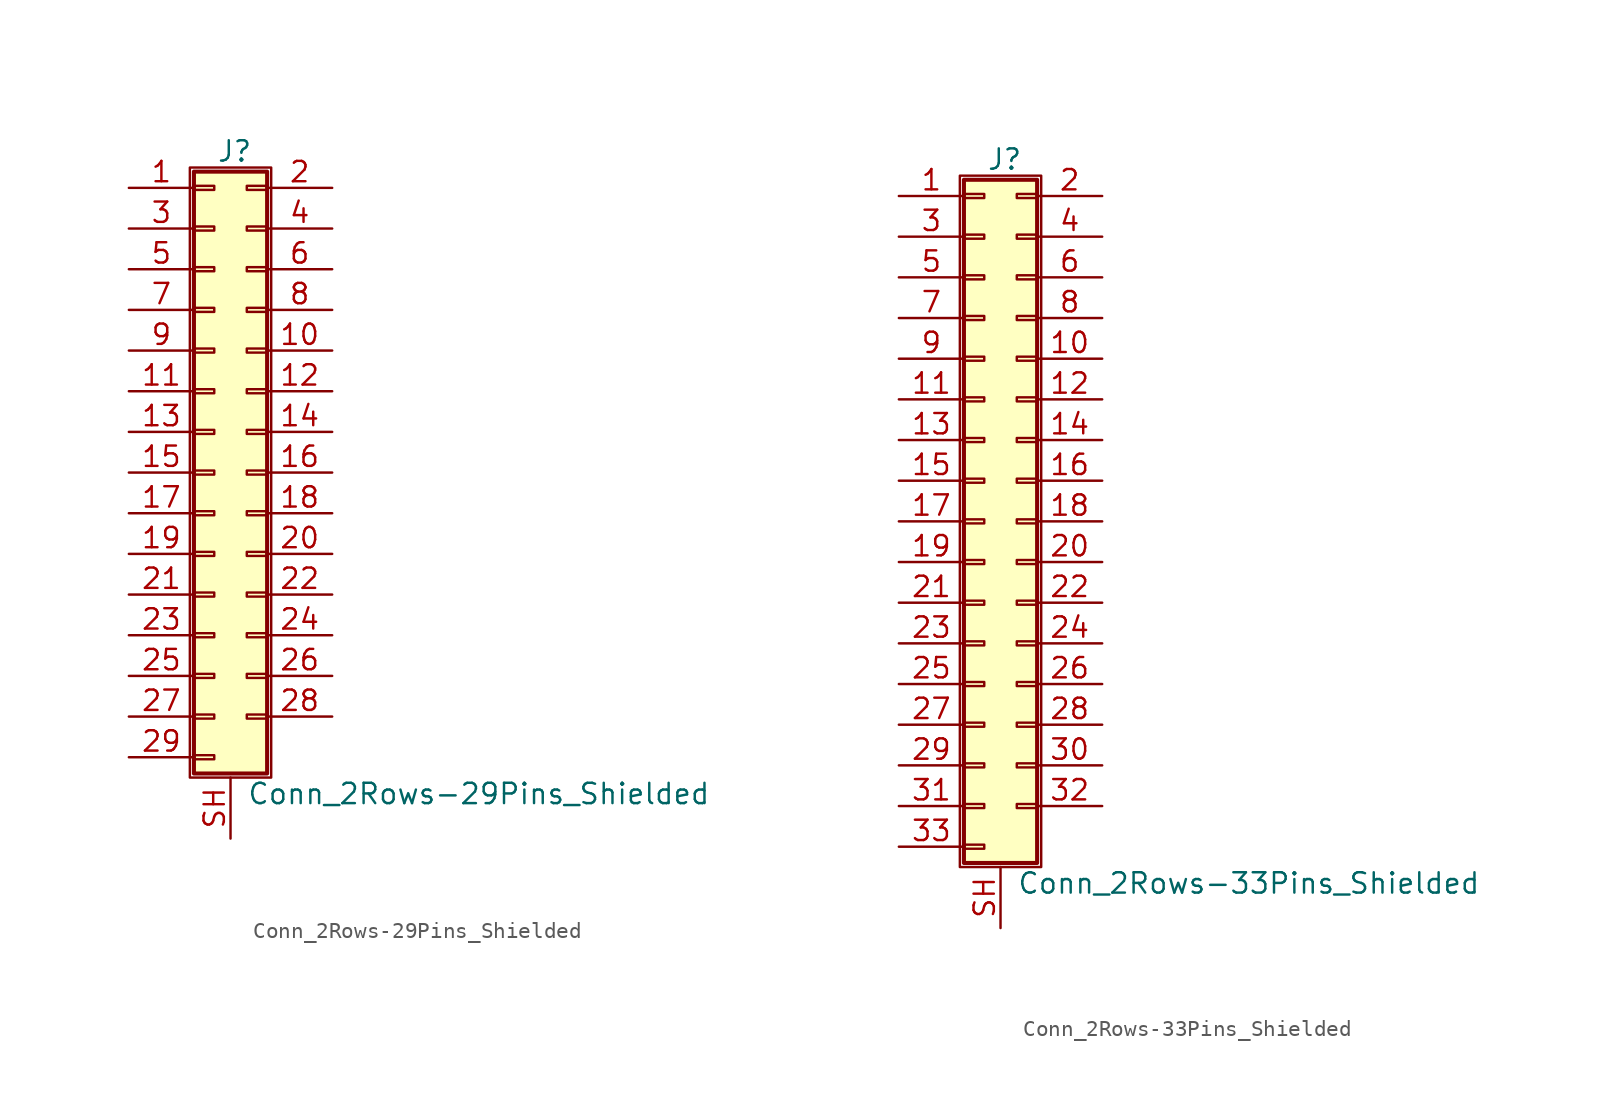
<source format=kicad_sym>
(kicad_symbol_lib
  (version 20220914)
  (generator kicad_symbol_editor)
  (symbol "Conn_2Rows-29Pins_Shielded"
    (pin_names
      (offset 1.016) hide)
    (property "Reference" "J"
      (at 1.524 20.066 0)
      (effects (font (size 1.27 1.27))))
    (property "Value" "Conn_2Rows-29Pins_Shielded"
      (at 2.286 -20.066 0)
      (effects (font (size 1.27 1.27)) (justify left)))
    (symbol "Conn_2Rows-29Pins_Shielded_1_1"
      (rectangle (start -1.27 19.05) (end 3.81 -19.05) (stroke (width 0.152) (type default)) (fill (type none)))
      (rectangle (start -1.016 -17.653) (end 0.254 -17.907) (stroke (width 0.152) (type default)) (fill (type none)))
      (rectangle (start -1.016 -15.113) (end 0.254 -15.367) (stroke (width 0.152) (type default)) (fill (type none)))
      (rectangle (start -1.016 -12.573) (end 0.254 -12.827) (stroke (width 0.152) (type default)) (fill (type none)))
      (rectangle (start -1.016 -10.033) (end 0.254 -10.287) (stroke (width 0.152) (type default)) (fill (type none)))
      (rectangle (start -1.016 -7.493) (end 0.254 -7.747) (stroke (width 0.152) (type default)) (fill (type none)))
      (rectangle (start -1.016 -4.953) (end 0.254 -5.207) (stroke (width 0.152) (type default)) (fill (type none)))
      (rectangle (start -1.016 -2.413) (end 0.254 -2.667) (stroke (width 0.152) (type default)) (fill (type none)))
      (rectangle (start -1.016 0.127) (end 0.254 -0.127) (stroke (width 0.152) (type default)) (fill (type none)))
      (rectangle (start -1.016 2.667) (end 0.254 2.413) (stroke (width 0.152) (type default)) (fill (type none)))
      (rectangle (start -1.016 5.207) (end 0.254 4.953) (stroke (width 0.152) (type default)) (fill (type none)))
      (rectangle (start -1.016 7.747) (end 0.254 7.493) (stroke (width 0.152) (type default)) (fill (type none)))
      (rectangle (start -1.016 10.287) (end 0.254 10.033) (stroke (width 0.152) (type default)) (fill (type none)))
      (rectangle (start -1.016 12.827) (end 0.254 12.573) (stroke (width 0.152) (type default)) (fill (type none)))
      (rectangle (start -1.016 15.367) (end 0.254 15.113) (stroke (width 0.152) (type default)) (fill (type none)))
      (rectangle (start -1.016 17.907) (end 0.254 17.653) (stroke (width 0.152) (type default)) (fill (type none)))
      (rectangle (start -1.016 18.796) (end 3.556 -18.796) (stroke (width 0.254) (type default)) (fill (type background)))
      (rectangle (start 3.556 -15.113) (end 2.286 -15.367) (stroke (width 0.152) (type default)) (fill (type none)))
      (rectangle (start 3.556 -12.573) (end 2.286 -12.827) (stroke (width 0.152) (type default)) (fill (type none)))
      (rectangle (start 3.556 -10.033) (end 2.286 -10.287) (stroke (width 0.152) (type default)) (fill (type none)))
      (rectangle (start 3.556 -7.493) (end 2.286 -7.747) (stroke (width 0.152) (type default)) (fill (type none)))
      (rectangle (start 3.556 -4.953) (end 2.286 -5.207) (stroke (width 0.152) (type default)) (fill (type none)))
      (rectangle (start 3.556 -2.413) (end 2.286 -2.667) (stroke (width 0.152) (type default)) (fill (type none)))
      (rectangle (start 3.556 0.127) (end 2.286 -0.127) (stroke (width 0.152) (type default)) (fill (type none)))
      (rectangle (start 3.556 2.667) (end 2.286 2.413) (stroke (width 0.152) (type default)) (fill (type none)))
      (rectangle (start 3.556 5.207) (end 2.286 4.953) (stroke (width 0.152) (type default)) (fill (type none)))
      (rectangle (start 3.556 7.747) (end 2.286 7.493) (stroke (width 0.152) (type default)) (fill (type none)))
      (rectangle (start 3.556 10.287) (end 2.286 10.033) (stroke (width 0.152) (type default)) (fill (type none)))
      (rectangle (start 3.556 12.827) (end 2.286 12.573) (stroke (width 0.152) (type default)) (fill (type none)))
      (rectangle (start 3.556 15.367) (end 2.286 15.113) (stroke (width 0.152) (type default)) (fill (type none)))
      (rectangle (start 3.556 17.907) (end 2.286 17.653) (stroke (width 0.152) (type default)) (fill (type none)))
      (pin passive line (at -5.08 17.78 0) (length 4.064) (name "Pin_1" (effects (font (size 1.27 1.27)))) (number "1" (effects (font (size 1.27 1.27)))))
      (pin passive line (at 7.62 7.62 180) (length 4.064) (name "Pin_10" (effects (font (size 1.27 1.27)))) (number "10" (effects (font (size 1.27 1.27)))))
      (pin passive line (at -5.08 5.08 0) (length 4.064) (name "Pin_11" (effects (font (size 1.27 1.27)))) (number "11" (effects (font (size 1.27 1.27)))))
      (pin passive line (at 7.62 5.08 180) (length 4.064) (name "Pin_12" (effects (font (size 1.27 1.27)))) (number "12" (effects (font (size 1.27 1.27)))))
      (pin passive line (at -5.08 2.54 0) (length 4.064) (name "Pin_13" (effects (font (size 1.27 1.27)))) (number "13" (effects (font (size 1.27 1.27)))))
      (pin passive line (at 7.62 2.54 180) (length 4.064) (name "Pin_14" (effects (font (size 1.27 1.27)))) (number "14" (effects (font (size 1.27 1.27)))))
      (pin passive line (at -5.08 0 0) (length 4.064) (name "Pin_15" (effects (font (size 1.27 1.27)))) (number "15" (effects (font (size 1.27 1.27)))))
      (pin passive line (at 7.62 0 180) (length 4.064) (name "Pin_16" (effects (font (size 1.27 1.27)))) (number "16" (effects (font (size 1.27 1.27)))))
      (pin passive line (at -5.08 -2.54 0) (length 4.064) (name "Pin_17" (effects (font (size 1.27 1.27)))) (number "17" (effects (font (size 1.27 1.27)))))
      (pin passive line (at 7.62 -2.54 180) (length 4.064) (name "Pin_18" (effects (font (size 1.27 1.27)))) (number "18" (effects (font (size 1.27 1.27)))))
      (pin passive line (at -5.08 -5.08 0) (length 4.064) (name "Pin_19" (effects (font (size 1.27 1.27)))) (number "19" (effects (font (size 1.27 1.27)))))
      (pin passive line (at 7.62 17.78 180) (length 4.064) (name "Pin_2" (effects (font (size 1.27 1.27)))) (number "2" (effects (font (size 1.27 1.27)))))
      (pin passive line (at 7.62 -5.08 180) (length 4.064) (name "Pin_20" (effects (font (size 1.27 1.27)))) (number "20" (effects (font (size 1.27 1.27)))))
      (pin passive line (at -5.08 -7.62 0) (length 4.064) (name "Pin_21" (effects (font (size 1.27 1.27)))) (number "21" (effects (font (size 1.27 1.27)))))
      (pin passive line (at 7.62 -7.62 180) (length 4.064) (name "Pin_22" (effects (font (size 1.27 1.27)))) (number "22" (effects (font (size 1.27 1.27)))))
      (pin passive line (at -5.08 -10.16 0) (length 4.064) (name "Pin_23" (effects (font (size 1.27 1.27)))) (number "23" (effects (font (size 1.27 1.27)))))
      (pin passive line (at 7.62 -10.16 180) (length 4.064) (name "Pin_24" (effects (font (size 1.27 1.27)))) (number "24" (effects (font (size 1.27 1.27)))))
      (pin passive line (at -5.08 -12.7 0) (length 4.064) (name "Pin_25" (effects (font (size 1.27 1.27)))) (number "25" (effects (font (size 1.27 1.27)))))
      (pin passive line (at 7.62 -12.7 180) (length 4.064) (name "Pin_26" (effects (font (size 1.27 1.27)))) (number "26" (effects (font (size 1.27 1.27)))))
      (pin passive line (at -5.08 -15.24 0) (length 4.064) (name "Pin_27" (effects (font (size 1.27 1.27)))) (number "27" (effects (font (size 1.27 1.27)))))
      (pin passive line (at 7.62 -15.24 180) (length 4.064) (name "Pin_28" (effects (font (size 1.27 1.27)))) (number "28" (effects (font (size 1.27 1.27)))))
      (pin passive line (at -5.08 -17.78 0) (length 4.064) (name "Pin_29" (effects (font (size 1.27 1.27)))) (number "29" (effects (font (size 1.27 1.27)))))
      (pin passive line (at -5.08 15.24 0) (length 4.064) (name "Pin_3" (effects (font (size 1.27 1.27)))) (number "3" (effects (font (size 1.27 1.27)))))
      (pin passive line (at 7.62 15.24 180) (length 4.064) (name "Pin_4" (effects (font (size 1.27 1.27)))) (number "4" (effects (font (size 1.27 1.27)))))
      (pin passive line (at -5.08 12.7 0) (length 4.064) (name "Pin_5" (effects (font (size 1.27 1.27)))) (number "5" (effects (font (size 1.27 1.27)))))
      (pin passive line (at 7.62 12.7 180) (length 4.064) (name "Pin_6" (effects (font (size 1.27 1.27)))) (number "6" (effects (font (size 1.27 1.27)))))
      (pin passive line (at -5.08 10.16 0) (length 4.064) (name "Pin_7" (effects (font (size 1.27 1.27)))) (number "7" (effects (font (size 1.27 1.27)))))
      (pin passive line (at 7.62 10.16 180) (length 4.064) (name "Pin_8" (effects (font (size 1.27 1.27)))) (number "8" (effects (font (size 1.27 1.27)))))
      (pin passive line (at -5.08 7.62 0) (length 4.064) (name "Pin_9" (effects (font (size 1.27 1.27)))) (number "9" (effects (font (size 1.27 1.27)))))
      (pin passive line (at 1.27 -22.86 90) (length 3.81) (name "Shield" (effects (font (size 1.27 1.27)))) (number "SH" (effects (font (size 1.27 1.27)))))))
  (symbol "Conn_2Rows-33Pins_Shielded"
    (pin_names
      (offset 1.016) hide)
    (property "Reference" "J"
      (at 1.524 22.606 0)
      (effects (font (size 1.27 1.27))))
    (property "Value" "Conn_2Rows-33Pins_Shielded"
      (at 2.286 -22.606 0)
      (effects (font (size 1.27 1.27)) (justify left)))
    (symbol "Conn_2Rows-33Pins_Shielded_1_1"
      (rectangle (start -1.27 21.59) (end 3.81 -21.59) (stroke (width 0.152) (type default)) (fill (type none)))
      (rectangle (start -1.016 -20.193) (end 0.254 -20.447) (stroke (width 0.152) (type default)) (fill (type none)))
      (rectangle (start -1.016 -17.653) (end 0.254 -17.907) (stroke (width 0.152) (type default)) (fill (type none)))
      (rectangle (start -1.016 -15.113) (end 0.254 -15.367) (stroke (width 0.152) (type default)) (fill (type none)))
      (rectangle (start -1.016 -12.573) (end 0.254 -12.827) (stroke (width 0.152) (type default)) (fill (type none)))
      (rectangle (start -1.016 -10.033) (end 0.254 -10.287) (stroke (width 0.152) (type default)) (fill (type none)))
      (rectangle (start -1.016 -7.493) (end 0.254 -7.747) (stroke (width 0.152) (type default)) (fill (type none)))
      (rectangle (start -1.016 -4.953) (end 0.254 -5.207) (stroke (width 0.152) (type default)) (fill (type none)))
      (rectangle (start -1.016 -2.413) (end 0.254 -2.667) (stroke (width 0.152) (type default)) (fill (type none)))
      (rectangle (start -1.016 0.127) (end 0.254 -0.127) (stroke (width 0.152) (type default)) (fill (type none)))
      (rectangle (start -1.016 2.667) (end 0.254 2.413) (stroke (width 0.152) (type default)) (fill (type none)))
      (rectangle (start -1.016 5.207) (end 0.254 4.953) (stroke (width 0.152) (type default)) (fill (type none)))
      (rectangle (start -1.016 7.747) (end 0.254 7.493) (stroke (width 0.152) (type default)) (fill (type none)))
      (rectangle (start -1.016 10.287) (end 0.254 10.033) (stroke (width 0.152) (type default)) (fill (type none)))
      (rectangle (start -1.016 12.827) (end 0.254 12.573) (stroke (width 0.152) (type default)) (fill (type none)))
      (rectangle (start -1.016 15.367) (end 0.254 15.113) (stroke (width 0.152) (type default)) (fill (type none)))
      (rectangle (start -1.016 17.907) (end 0.254 17.653) (stroke (width 0.152) (type default)) (fill (type none)))
      (rectangle (start -1.016 20.447) (end 0.254 20.193) (stroke (width 0.152) (type default)) (fill (type none)))
      (rectangle (start -1.016 21.336) (end 3.556 -21.336) (stroke (width 0.254) (type default)) (fill (type background)))
      (rectangle (start 3.556 -17.653) (end 2.286 -17.907) (stroke (width 0.152) (type default)) (fill (type none)))
      (rectangle (start 3.556 -15.113) (end 2.286 -15.367) (stroke (width 0.152) (type default)) (fill (type none)))
      (rectangle (start 3.556 -12.573) (end 2.286 -12.827) (stroke (width 0.152) (type default)) (fill (type none)))
      (rectangle (start 3.556 -10.033) (end 2.286 -10.287) (stroke (width 0.152) (type default)) (fill (type none)))
      (rectangle (start 3.556 -7.493) (end 2.286 -7.747) (stroke (width 0.152) (type default)) (fill (type none)))
      (rectangle (start 3.556 -4.953) (end 2.286 -5.207) (stroke (width 0.152) (type default)) (fill (type none)))
      (rectangle (start 3.556 -2.413) (end 2.286 -2.667) (stroke (width 0.152) (type default)) (fill (type none)))
      (rectangle (start 3.556 0.127) (end 2.286 -0.127) (stroke (width 0.152) (type default)) (fill (type none)))
      (rectangle (start 3.556 2.667) (end 2.286 2.413) (stroke (width 0.152) (type default)) (fill (type none)))
      (rectangle (start 3.556 5.207) (end 2.286 4.953) (stroke (width 0.152) (type default)) (fill (type none)))
      (rectangle (start 3.556 7.747) (end 2.286 7.493) (stroke (width 0.152) (type default)) (fill (type none)))
      (rectangle (start 3.556 10.287) (end 2.286 10.033) (stroke (width 0.152) (type default)) (fill (type none)))
      (rectangle (start 3.556 12.827) (end 2.286 12.573) (stroke (width 0.152) (type default)) (fill (type none)))
      (rectangle (start 3.556 15.367) (end 2.286 15.113) (stroke (width 0.152) (type default)) (fill (type none)))
      (rectangle (start 3.556 17.907) (end 2.286 17.653) (stroke (width 0.152) (type default)) (fill (type none)))
      (rectangle (start 3.556 20.447) (end 2.286 20.193) (stroke (width 0.152) (type default)) (fill (type none)))
      (pin passive line (at -5.08 20.32 0) (length 4.064) (name "Pin_1" (effects (font (size 1.27 1.27)))) (number "1" (effects (font (size 1.27 1.27)))))
      (pin passive line (at 7.62 10.16 180) (length 4.064) (name "Pin_10" (effects (font (size 1.27 1.27)))) (number "10" (effects (font (size 1.27 1.27)))))
      (pin passive line (at -5.08 7.62 0) (length 4.064) (name "Pin_11" (effects (font (size 1.27 1.27)))) (number "11" (effects (font (size 1.27 1.27)))))
      (pin passive line (at 7.62 7.62 180) (length 4.064) (name "Pin_12" (effects (font (size 1.27 1.27)))) (number "12" (effects (font (size 1.27 1.27)))))
      (pin passive line (at -5.08 5.08 0) (length 4.064) (name "Pin_13" (effects (font (size 1.27 1.27)))) (number "13" (effects (font (size 1.27 1.27)))))
      (pin passive line (at 7.62 5.08 180) (length 4.064) (name "Pin_14" (effects (font (size 1.27 1.27)))) (number "14" (effects (font (size 1.27 1.27)))))
      (pin passive line (at -5.08 2.54 0) (length 4.064) (name "Pin_15" (effects (font (size 1.27 1.27)))) (number "15" (effects (font (size 1.27 1.27)))))
      (pin passive line (at 7.62 2.54 180) (length 4.064) (name "Pin_16" (effects (font (size 1.27 1.27)))) (number "16" (effects (font (size 1.27 1.27)))))
      (pin passive line (at -5.08 0 0) (length 4.064) (name "Pin_17" (effects (font (size 1.27 1.27)))) (number "17" (effects (font (size 1.27 1.27)))))
      (pin passive line (at 7.62 0 180) (length 4.064) (name "Pin_18" (effects (font (size 1.27 1.27)))) (number "18" (effects (font (size 1.27 1.27)))))
      (pin passive line (at -5.08 -2.54 0) (length 4.064) (name "Pin_19" (effects (font (size 1.27 1.27)))) (number "19" (effects (font (size 1.27 1.27)))))
      (pin passive line (at 7.62 20.32 180) (length 4.064) (name "Pin_2" (effects (font (size 1.27 1.27)))) (number "2" (effects (font (size 1.27 1.27)))))
      (pin passive line (at 7.62 -2.54 180) (length 4.064) (name "Pin_20" (effects (font (size 1.27 1.27)))) (number "20" (effects (font (size 1.27 1.27)))))
      (pin passive line (at -5.08 -5.08 0) (length 4.064) (name "Pin_21" (effects (font (size 1.27 1.27)))) (number "21" (effects (font (size 1.27 1.27)))))
      (pin passive line (at 7.62 -5.08 180) (length 4.064) (name "Pin_22" (effects (font (size 1.27 1.27)))) (number "22" (effects (font (size 1.27 1.27)))))
      (pin passive line (at -5.08 -7.62 0) (length 4.064) (name "Pin_23" (effects (font (size 1.27 1.27)))) (number "23" (effects (font (size 1.27 1.27)))))
      (pin passive line (at 7.62 -7.62 180) (length 4.064) (name "Pin_24" (effects (font (size 1.27 1.27)))) (number "24" (effects (font (size 1.27 1.27)))))
      (pin passive line (at -5.08 -10.16 0) (length 4.064) (name "Pin_25" (effects (font (size 1.27 1.27)))) (number "25" (effects (font (size 1.27 1.27)))))
      (pin passive line (at 7.62 -10.16 180) (length 4.064) (name "Pin_26" (effects (font (size 1.27 1.27)))) (number "26" (effects (font (size 1.27 1.27)))))
      (pin passive line (at -5.08 -12.7 0) (length 4.064) (name "Pin_27" (effects (font (size 1.27 1.27)))) (number "27" (effects (font (size 1.27 1.27)))))
      (pin passive line (at 7.62 -12.7 180) (length 4.064) (name "Pin_28" (effects (font (size 1.27 1.27)))) (number "28" (effects (font (size 1.27 1.27)))))
      (pin passive line (at -5.08 -15.24 0) (length 4.064) (name "Pin_29" (effects (font (size 1.27 1.27)))) (number "29" (effects (font (size 1.27 1.27)))))
      (pin passive line (at -5.08 17.78 0) (length 4.064) (name "Pin_3" (effects (font (size 1.27 1.27)))) (number "3" (effects (font (size 1.27 1.27)))))
      (pin passive line (at 7.62 -15.24 180) (length 4.064) (name "Pin_30" (effects (font (size 1.27 1.27)))) (number "30" (effects (font (size 1.27 1.27)))))
      (pin passive line (at -5.08 -17.78 0) (length 4.064) (name "Pin_31" (effects (font (size 1.27 1.27)))) (number "31" (effects (font (size 1.27 1.27)))))
      (pin passive line (at 7.62 -17.78 180) (length 4.064) (name "Pin_32" (effects (font (size 1.27 1.27)))) (number "32" (effects (font (size 1.27 1.27)))))
      (pin passive line (at -5.08 -20.32 0) (length 4.064) (name "Pin_33" (effects (font (size 1.27 1.27)))) (number "33" (effects (font (size 1.27 1.27)))))
      (pin passive line (at 7.62 17.78 180) (length 4.064) (name "Pin_4" (effects (font (size 1.27 1.27)))) (number "4" (effects (font (size 1.27 1.27)))))
      (pin passive line (at -5.08 15.24 0) (length 4.064) (name "Pin_5" (effects (font (size 1.27 1.27)))) (number "5" (effects (font (size 1.27 1.27)))))
      (pin passive line (at 7.62 15.24 180) (length 4.064) (name "Pin_6" (effects (font (size 1.27 1.27)))) (number "6" (effects (font (size 1.27 1.27)))))
      (pin passive line (at -5.08 12.7 0) (length 4.064) (name "Pin_7" (effects (font (size 1.27 1.27)))) (number "7" (effects (font (size 1.27 1.27)))))
      (pin passive line (at 7.62 12.7 180) (length 4.064) (name "Pin_8" (effects (font (size 1.27 1.27)))) (number "8" (effects (font (size 1.27 1.27)))))
      (pin passive line (at -5.08 10.16 0) (length 4.064) (name "Pin_9" (effects (font (size 1.27 1.27)))) (number "9" (effects (font (size 1.27 1.27)))))
      (pin passive line (at 1.27 -25.4 90) (length 3.81) (name "Shield" (effects (font (size 1.27 1.27)))) (number "SH" (effects (font (size 1.27 1.27))))))))
</source>
